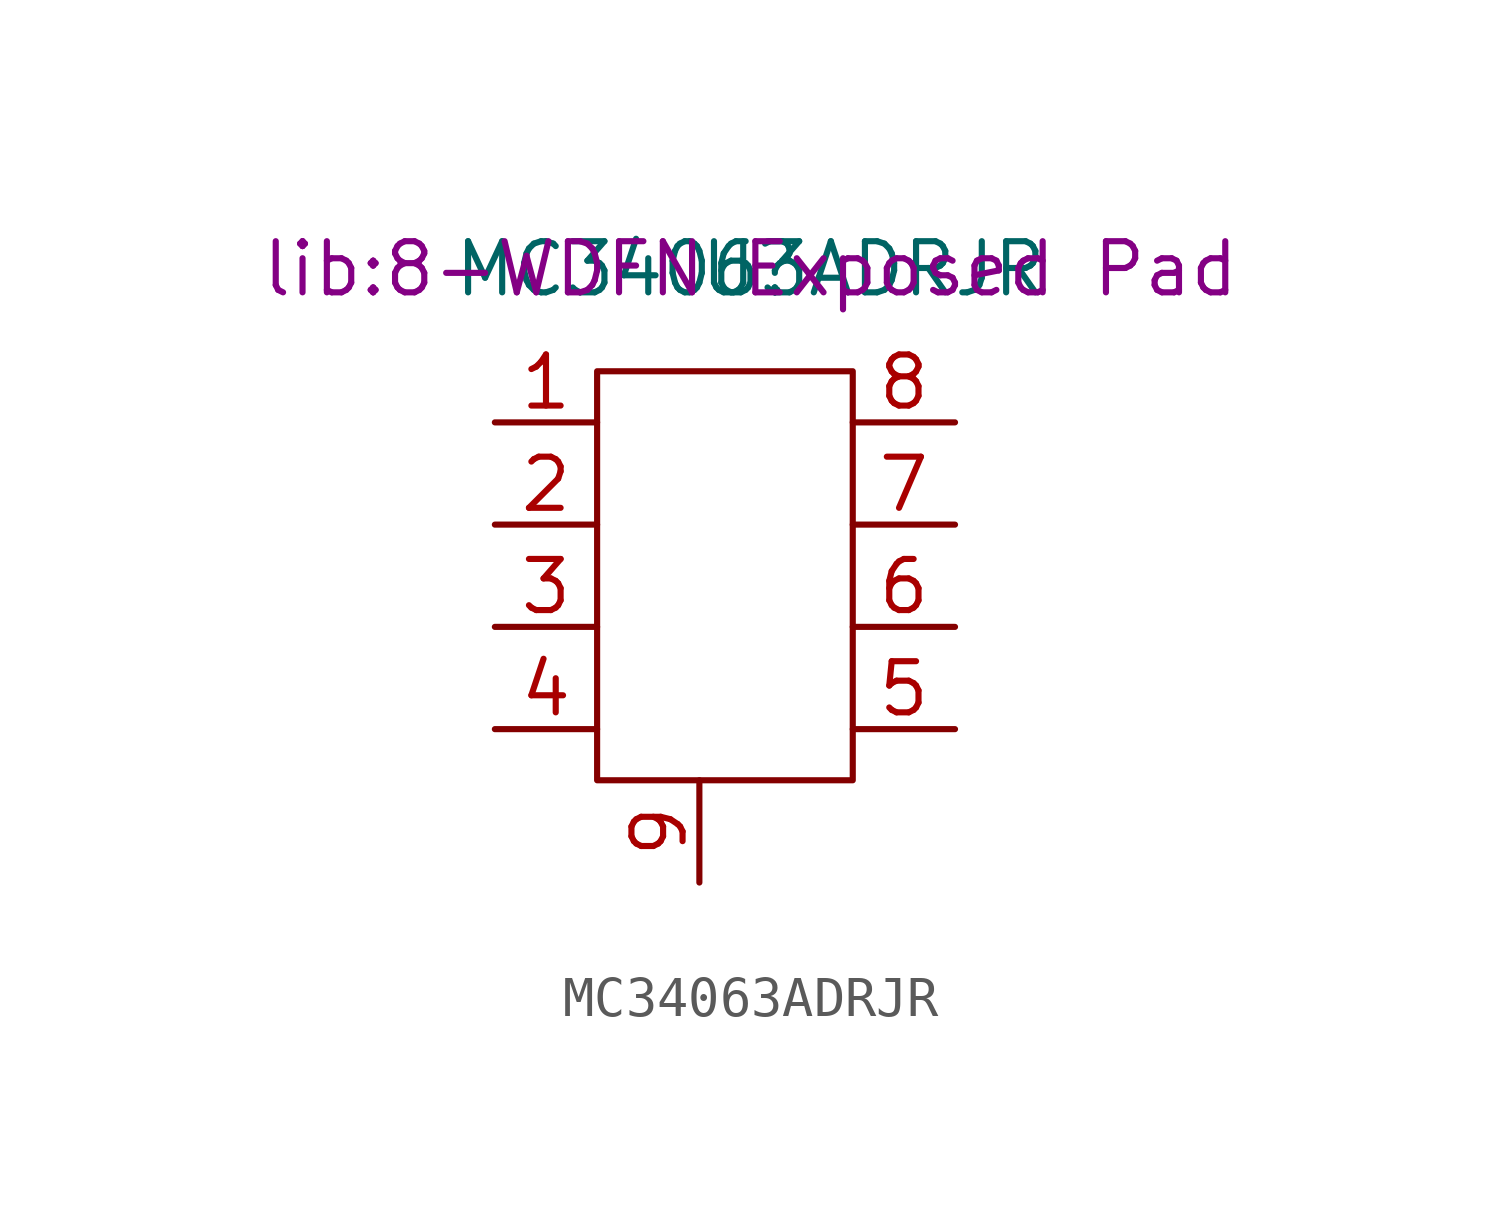
<source format=kicad_sym>
(kicad_symbol_lib
  (version 20211014)
  (generator kicad_symbol_editor)
  (symbol "MC34063ADRJR"
    (pin_names hide)
    (property "Reference" "U"
      (at 0 0 0)
      (effects (font (size 1.27 1.27))))
    (property "Value" "MC34063ADRJR"
      (at 0 0 0)
      (effects (font (size 1.27 1.27))))
    (property "Footprint" "lib:8-WDFN Exposed Pad"
      (at 0 0 0)
      (effects (font (size 1.27 1.27))))
    (symbol "MC34063ADRJR_0_1"
      (rectangle (start -3.81 -2.54) (end 2.54 -12.7) (stroke (width 0) (type default) (color 0 0 0 0)) (fill (type none))))
    (symbol "MC34063ADRJR_1_1"
      (pin bidirectional line (at -6.35 -3.81 0) (length 2.54) (name "switch_collector" (effects (font (size 1.27 1.27)))) (number "1" (effects (font (size 1.27 1.27)))))
      (pin bidirectional line (at -6.35 -6.35 0) (length 2.54) (name "switch_emitter" (effects (font (size 1.27 1.27)))) (number "2" (effects (font (size 1.27 1.27)))))
      (pin bidirectional line (at -6.35 -8.89 0) (length 2.54) (name "timing_cap" (effects (font (size 1.27 1.27)))) (number "3" (effects (font (size 1.27 1.27)))))
      (pin bidirectional line (at -6.35 -11.43 0) (length 2.54) (name "gnd" (effects (font (size 1.27 1.27)))) (number "4" (effects (font (size 1.27 1.27)))))
      (pin bidirectional line (at 5.08 -11.43 180) (length 2.54) (name "comparitor_inverting_input" (effects (font (size 1.27 1.27)))) (number "5" (effects (font (size 1.27 1.27)))))
      (pin bidirectional line (at 5.08 -8.89 180) (length 2.54) (name "Vcc" (effects (font (size 1.27 1.27)))) (number "6" (effects (font (size 1.27 1.27)))))
      (pin bidirectional line (at 5.08 -6.35 180) (length 2.54) (name "Ipk" (effects (font (size 1.27 1.27)))) (number "7" (effects (font (size 1.27 1.27)))))
      (pin bidirectional line (at 5.08 -3.81 180) (length 2.54) (name "drive_collector" (effects (font (size 1.27 1.27)))) (number "8" (effects (font (size 1.27 1.27)))))
      (pin bidirectional line (at -1.27 -15.24 90) (length 2.54) (name "thermal_pad" (effects (font (size 1.27 1.27)))) (number "9" (effects (font (size 1.27 1.27))))))))
</source>
